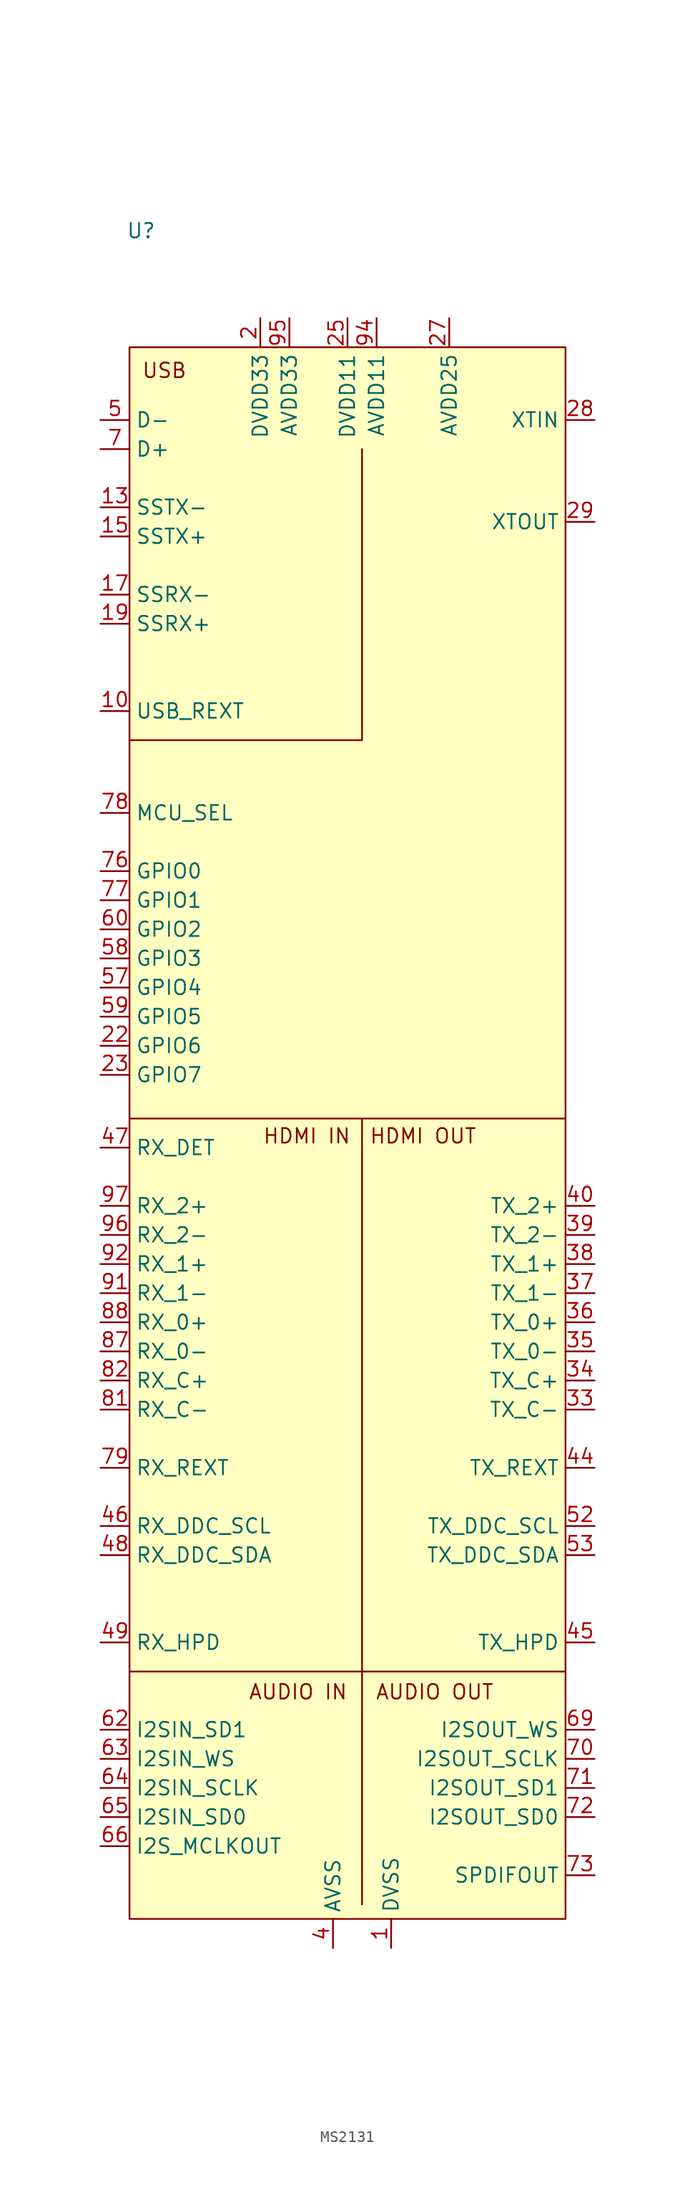
<source format=kicad_sym>
(kicad_symbol_lib
  (version 20241209)
  (generator "kicad_symbol_editor")
  (generator_version "9.0")
  (symbol "MS2131"
    (property "Reference" "U"
      (at 1.016 8.89 0)
      (effects (font (size 1.27 1.27))))
    (property "Value" ""
      (at 1.016 8.89 0)
      (effects (font (size 1.27 1.27))))
    (symbol "MS2131_0_1"
      (polyline (pts (xy 0 -68.58) (xy 20.32 -68.58) (xy 20.32 -116.84) (xy 0 -116.84)) (stroke (width 0) (type default)) (fill (type none)))
      (polyline (pts (xy 20.32 -68.58) (xy 38.1 -68.58)) (stroke (width 0) (type default)) (fill (type none)))
      (polyline (pts (xy 20.32 -116.84) (xy 38.1 -116.84)) (stroke (width 0) (type default)) (fill (type none))))
    (symbol "MS2131_1_1"
      (rectangle (start 0 -1.27) (end 38.1 -138.43) (stroke (width 0) (type default)) (fill (type background)))
      (polyline (pts (xy 0 -35.56) (xy 20.32 -35.56) (xy 20.32 -10.16)) (stroke (width 0) (type default)) (fill (type none)))
      (polyline (pts (xy 20.32 -116.84) (xy 20.32 -137.16)) (stroke (width 0) (type default)) (fill (type none)))
      (text "USB" (at 3.048 -3.302 0) (effects (font (size 1.27 1.27))))
      (text "AUDIO IN" (at 14.732 -118.618 0) (effects (font (size 1.27 1.27))))
      (text "HDMI IN" (at 15.494 -70.104 0) (effects (font (size 1.27 1.27))))
      (text "HDMI OUT" (at 25.654 -70.104 0) (effects (font (size 1.27 1.27))))
      (text "AUDIO OUT" (at 26.67 -118.618 0) (effects (font (size 1.27 1.27))))
      (pin bidirectional line (at -2.54 -7.62 0) (length 2.54) (name "D-" (effects (font (size 1.27 1.27)))) (number "5" (effects (font (size 1.27 1.27)))))
      (pin power_in line (at -2.54 -10.16 0) (length 2.54) (name "D+" (effects (font (size 1.27 1.27)))) (number "7" (effects (font (size 1.27 1.27)))))
      (pin power_in line (at -2.54 -15.24 0) (length 2.54) (name "SSTX-" (effects (font (size 1.27 1.27)))) (number "13" (effects (font (size 1.27 1.27)))))
      (pin power_in line (at -2.54 -17.78 0) (length 2.54) (name "SSTX+" (effects (font (size 1.27 1.27)))) (number "15" (effects (font (size 1.27 1.27)))))
      (pin power_in line (at -2.54 -22.86 0) (length 2.54) (name "SSRX-" (effects (font (size 1.27 1.27)))) (number "17" (effects (font (size 1.27 1.27)))))
      (pin power_in line (at -2.54 -25.4 0) (length 2.54) (name "SSRX+" (effects (font (size 1.27 1.27)))) (number "19" (effects (font (size 1.27 1.27)))))
      (pin power_in line (at -2.54 -33.02 0) (length 2.54) (name "USB_REXT" (effects (font (size 1.27 1.27)))) (number "10" (effects (font (size 1.27 1.27)))))
      (pin power_in line (at -2.54 -41.91 0) (length 2.54) (name "MCU_SEL" (effects (font (size 1.27 1.27)))) (number "78" (effects (font (size 1.27 1.27)))))
      (pin power_in line (at -2.54 -46.99 0) (length 2.54) (name "GPIO0" (effects (font (size 1.27 1.27)))) (number "76" (effects (font (size 1.27 1.27)))))
      (pin power_in line (at -2.54 -49.53 0) (length 2.54) (name "GPIO1" (effects (font (size 1.27 1.27)))) (number "77" (effects (font (size 1.27 1.27)))))
      (pin bidirectional line (at -2.54 -52.07 0) (length 2.54) (name "GPIO2" (effects (font (size 1.27 1.27)))) (number "60" (effects (font (size 1.27 1.27)))) (alternate "CS" bidirectional line) (alternate "URTX" bidirectional line))
      (pin bidirectional line (at -2.54 -54.61 0) (length 2.54) (name "GPIO3" (effects (font (size 1.27 1.27)))) (number "58" (effects (font (size 1.27 1.27)))) (alternate "SCLK" bidirectional line) (alternate "SDA" bidirectional line) (alternate "URRX" bidirectional line))
      (pin bidirectional line (at -2.54 -57.15 0) (length 2.54) (name "GPIO4" (effects (font (size 1.27 1.27)))) (number "57" (effects (font (size 1.27 1.27)))) (alternate "MOSI" bidirectional line) (alternate "SCL" bidirectional line))
      (pin bidirectional line (at -2.54 -59.69 0) (length 2.54) (name "GPIO5" (effects (font (size 1.27 1.27)))) (number "59" (effects (font (size 1.27 1.27)))) (alternate "MISO" bidirectional line))
      (pin power_in line (at -2.54 -62.23 0) (length 2.54) (name "GPIO6" (effects (font (size 1.27 1.27)))) (number "22" (effects (font (size 1.27 1.27)))))
      (pin power_in line (at -2.54 -64.77 0) (length 2.54) (name "GPIO7" (effects (font (size 1.27 1.27)))) (number "23" (effects (font (size 1.27 1.27)))))
      (pin bidirectional line (at -2.54 -71.12 0) (length 2.54) (name "RX_DET" (effects (font (size 1.27 1.27)))) (number "47" (effects (font (size 1.27 1.27)))))
      (pin power_in line (at -2.54 -76.2 0) (length 2.54) (name "RX_2+" (effects (font (size 1.27 1.27)))) (number "97" (effects (font (size 1.27 1.27)))))
      (pin power_in line (at -2.54 -78.74 0) (length 2.54) (name "RX_2-" (effects (font (size 1.27 1.27)))) (number "96" (effects (font (size 1.27 1.27)))))
      (pin power_in line (at -2.54 -81.28 0) (length 2.54) (name "RX_1+" (effects (font (size 1.27 1.27)))) (number "92" (effects (font (size 1.27 1.27)))))
      (pin power_in line (at -2.54 -83.82 0) (length 2.54) (name "RX_1-" (effects (font (size 1.27 1.27)))) (number "91" (effects (font (size 1.27 1.27)))))
      (pin power_in line (at -2.54 -86.36 0) (length 2.54) (name "RX_0+" (effects (font (size 1.27 1.27)))) (number "88" (effects (font (size 1.27 1.27)))))
      (pin power_in line (at -2.54 -88.9 0) (length 2.54) (name "RX_0-" (effects (font (size 1.27 1.27)))) (number "87" (effects (font (size 1.27 1.27)))))
      (pin power_in line (at -2.54 -91.44 0) (length 2.54) (name "RX_C+" (effects (font (size 1.27 1.27)))) (number "82" (effects (font (size 1.27 1.27)))))
      (pin power_in line (at -2.54 -93.98 0) (length 2.54) (name "RX_C-" (effects (font (size 1.27 1.27)))) (number "81" (effects (font (size 1.27 1.27)))))
      (pin power_in line (at -2.54 -99.06 0) (length 2.54) (name "RX_REXT" (effects (font (size 1.27 1.27)))) (number "79" (effects (font (size 1.27 1.27)))))
      (pin bidirectional line (at -2.54 -104.14 0) (length 2.54) (name "RX_DDC_SCL" (effects (font (size 1.27 1.27)))) (number "46" (effects (font (size 1.27 1.27)))))
      (pin bidirectional line (at -2.54 -106.68 0) (length 2.54) (name "RX_DDC_SDA" (effects (font (size 1.27 1.27)))) (number "48" (effects (font (size 1.27 1.27)))))
      (pin bidirectional line (at -2.54 -114.3 0) (length 2.54) (name "RX_HPD" (effects (font (size 1.27 1.27)))) (number "49" (effects (font (size 1.27 1.27)))))
      (pin power_in line (at -2.54 -121.92 0) (length 2.54) (name "I2SIN_SD1" (effects (font (size 1.27 1.27)))) (number "62" (effects (font (size 1.27 1.27)))))
      (pin power_in line (at -2.54 -124.46 0) (length 2.54) (name "I2SIN_WS" (effects (font (size 1.27 1.27)))) (number "63" (effects (font (size 1.27 1.27)))))
      (pin power_in line (at -2.54 -127 0) (length 2.54) (name "I2SIN_SCLK" (effects (font (size 1.27 1.27)))) (number "64" (effects (font (size 1.27 1.27)))))
      (pin power_in line (at -2.54 -129.54 0) (length 2.54) (name "I2SIN_SD0" (effects (font (size 1.27 1.27)))) (number "65" (effects (font (size 1.27 1.27)))))
      (pin power_in line (at -2.54 -132.08 0) (length 2.54) (name "I2S_MCLKOUT" (effects (font (size 1.27 1.27)))) (number "66" (effects (font (size 1.27 1.27)))))
      (pin power_in line (at 11.43 1.27 270) (length 2.54) (hide yes) (name "DVDD33" (effects (font (size 1.27 1.27)))) (number "100" (effects (font (size 1.27 1.27)))))
      (pin power_in line (at 11.43 1.27 270) (length 2.54) (name "DVDD33" (effects (font (size 1.27 1.27)))) (number "2" (effects (font (size 1.27 1.27)))))
      (pin power_in line (at 11.43 1.27 270) (length 2.54) (hide yes) (name "DVDD33" (effects (font (size 1.27 1.27)))) (number "20" (effects (font (size 1.27 1.27)))))
      (pin power_in line (at 11.43 1.27 270) (length 2.54) (hide yes) (name "DVDD33" (effects (font (size 1.27 1.27)))) (number "51" (effects (font (size 1.27 1.27)))))
      (pin power_in line (at 11.43 1.27 270) (length 2.54) (hide yes) (name "DVDD33" (effects (font (size 1.27 1.27)))) (number "55" (effects (font (size 1.27 1.27)))))
      (pin power_in line (at 11.43 1.27 270) (length 2.54) (hide yes) (name "DVDD33" (effects (font (size 1.27 1.27)))) (number "61" (effects (font (size 1.27 1.27)))))
      (pin power_in line (at 11.43 1.27 270) (length 2.54) (hide yes) (name "DVDD33" (effects (font (size 1.27 1.27)))) (number "74" (effects (font (size 1.27 1.27)))))
      (pin power_in line (at 13.97 1.27 270) (length 2.54) (hide yes) (name "AVDD33_USB3" (effects (font (size 1.27 1.27)))) (number "11" (effects (font (size 1.27 1.27)))))
      (pin power_in line (at 13.97 1.27 270) (length 2.54) (hide yes) (name "AVDD33_USB1" (effects (font (size 1.27 1.27)))) (number "3" (effects (font (size 1.27 1.27)))))
      (pin power_in line (at 13.97 1.27 270) (length 2.54) (hide yes) (name "AVDD33_USB2" (effects (font (size 1.27 1.27)))) (number "8" (effects (font (size 1.27 1.27)))))
      (pin power_in line (at 13.97 1.27 270) (length 2.54) (hide yes) (name "AVDD33" (effects (font (size 1.27 1.27)))) (number "80" (effects (font (size 1.27 1.27)))))
      (pin power_in line (at 13.97 1.27 270) (length 2.54) (hide yes) (name "AVDD33" (effects (font (size 1.27 1.27)))) (number "86" (effects (font (size 1.27 1.27)))))
      (pin power_in line (at 13.97 1.27 270) (length 2.54) (hide yes) (name "AVDD33" (effects (font (size 1.27 1.27)))) (number "90" (effects (font (size 1.27 1.27)))))
      (pin power_in line (at 13.97 1.27 270) (length 2.54) (name "AVDD33" (effects (font (size 1.27 1.27)))) (number "95" (effects (font (size 1.27 1.27)))))
      (pin power_in line (at 17.78 -140.97 90) (length 2.54) (hide yes) (name "AVSS" (effects (font (size 1.27 1.27)))) (number "12" (effects (font (size 1.27 1.27)))))
      (pin power_in line (at 17.78 -140.97 90) (length 2.54) (hide yes) (name "AVSS" (effects (font (size 1.27 1.27)))) (number "16" (effects (font (size 1.27 1.27)))))
      (pin power_in line (at 17.78 -140.97 90) (length 2.54) (hide yes) (name "AVSS" (effects (font (size 1.27 1.27)))) (number "26" (effects (font (size 1.27 1.27)))))
      (pin power_in line (at 17.78 -140.97 90) (length 2.54) (hide yes) (name "AVSS" (effects (font (size 1.27 1.27)))) (number "32" (effects (font (size 1.27 1.27)))))
      (pin power_in line (at 17.78 -140.97 90) (length 2.54) (name "AVSS" (effects (font (size 1.27 1.27)))) (number "4" (effects (font (size 1.27 1.27)))))
      (pin power_in line (at 17.78 -140.97 90) (length 2.54) (hide yes) (name "AVSS" (effects (font (size 1.27 1.27)))) (number "41" (effects (font (size 1.27 1.27)))))
      (pin power_in line (at 17.78 -140.97 90) (length 2.54) (hide yes) (name "AVSS" (effects (font (size 1.27 1.27)))) (number "6" (effects (font (size 1.27 1.27)))))
      (pin power_in line (at 17.78 -140.97 90) (length 2.54) (hide yes) (name "AVSS" (effects (font (size 1.27 1.27)))) (number "84" (effects (font (size 1.27 1.27)))))
      (pin power_in line (at 17.78 -140.97 90) (length 2.54) (hide yes) (name "AVSS" (effects (font (size 1.27 1.27)))) (number "93" (effects (font (size 1.27 1.27)))))
      (pin power_in line (at 17.78 -140.97 90) (length 2.54) (hide yes) (name "AVSS" (effects (font (size 1.27 1.27)))) (number "98" (effects (font (size 1.27 1.27)))))
      (pin power_in line (at 19.05 1.27 270) (length 2.54) (name "DVDD11" (effects (font (size 1.27 1.27)))) (number "25" (effects (font (size 1.27 1.27)))))
      (pin power_in line (at 19.05 1.27 270) (length 2.54) (hide yes) (name "DVDD11" (effects (font (size 1.27 1.27)))) (number "67" (effects (font (size 1.27 1.27)))))
      (pin power_in line (at 21.59 1.27 270) (length 2.54) (hide yes) (name "AVDD11_USB2" (effects (font (size 1.27 1.27)))) (number "14" (effects (font (size 1.27 1.27)))))
      (pin power_in line (at 21.59 1.27 270) (length 2.54) (hide yes) (name "AVDD11_USB3" (effects (font (size 1.27 1.27)))) (number "18" (effects (font (size 1.27 1.27)))))
      (pin power_in line (at 21.59 1.27 270) (length 2.54) (hide yes) (name "AVDD11" (effects (font (size 1.27 1.27)))) (number "31" (effects (font (size 1.27 1.27)))))
      (pin power_in line (at 21.59 1.27 270) (length 2.54) (hide yes) (name "AVDD11" (effects (font (size 1.27 1.27)))) (number "42" (effects (font (size 1.27 1.27)))))
      (pin power_in line (at 21.59 1.27 270) (length 2.54) (hide yes) (name "AVDD11" (effects (font (size 1.27 1.27)))) (number "85" (effects (font (size 1.27 1.27)))))
      (pin power_in line (at 21.59 1.27 270) (length 2.54) (hide yes) (name "AVDD11" (effects (font (size 1.27 1.27)))) (number "89" (effects (font (size 1.27 1.27)))))
      (pin power_in line (at 21.59 1.27 270) (length 2.54) (hide yes) (name "AVDD11_USB1" (effects (font (size 1.27 1.27)))) (number "9" (effects (font (size 1.27 1.27)))))
      (pin power_in line (at 21.59 1.27 270) (length 2.54) (name "AVDD11" (effects (font (size 1.27 1.27)))) (number "94" (effects (font (size 1.27 1.27)))))
      (pin power_in line (at 22.86 -140.97 90) (length 2.54) (name "DVSS" (effects (font (size 1.27 1.27)))) (number "1" (effects (font (size 1.27 1.27)))))
      (pin power_in line (at 22.86 -140.97 90) (length 2.54) (hide yes) (name "DVSS" (effects (font (size 1.27 1.27)))) (number "21" (effects (font (size 1.27 1.27)))))
      (pin power_in line (at 22.86 -140.97 90) (length 2.54) (hide yes) (name "DVSS" (effects (font (size 1.27 1.27)))) (number "24" (effects (font (size 1.27 1.27)))))
      (pin power_in line (at 22.86 -140.97 90) (length 2.54) (hide yes) (name "DVSS" (effects (font (size 1.27 1.27)))) (number "50" (effects (font (size 1.27 1.27)))))
      (pin power_in line (at 22.86 -140.97 90) (length 2.54) (hide yes) (name "DVSS" (effects (font (size 1.27 1.27)))) (number "54" (effects (font (size 1.27 1.27)))))
      (pin power_in line (at 22.86 -140.97 90) (length 2.54) (hide yes) (name "DVSS" (effects (font (size 1.27 1.27)))) (number "56" (effects (font (size 1.27 1.27)))))
      (pin power_in line (at 22.86 -140.97 90) (length 2.54) (hide yes) (name "DVSS" (effects (font (size 1.27 1.27)))) (number "68" (effects (font (size 1.27 1.27)))))
      (pin power_in line (at 22.86 -140.97 90) (length 2.54) (hide yes) (name "DVSS" (effects (font (size 1.27 1.27)))) (number "75" (effects (font (size 1.27 1.27)))))
      (pin power_in line (at 22.86 -140.97 90) (length 2.54) (hide yes) (name "DVSS" (effects (font (size 1.27 1.27)))) (number "99" (effects (font (size 1.27 1.27)))))
      (pin power_in line (at 27.94 1.27 270) (length 2.54) (name "AVDD25" (effects (font (size 1.27 1.27)))) (number "27" (effects (font (size 1.27 1.27)))))
      (pin power_in line (at 27.94 1.27 270) (length 2.54) (hide yes) (name "AVDD25" (effects (font (size 1.27 1.27)))) (number "30" (effects (font (size 1.27 1.27)))))
      (pin power_in line (at 27.94 1.27 270) (length 2.54) (hide yes) (name "AVDD25" (effects (font (size 1.27 1.27)))) (number "43" (effects (font (size 1.27 1.27)))))
      (pin power_in line (at 27.94 1.27 270) (length 2.54) (hide yes) (name "AVDD25" (effects (font (size 1.27 1.27)))) (number "83" (effects (font (size 1.27 1.27)))))
      (pin power_in line (at 40.64 -7.62 180) (length 2.54) (name "XTIN" (effects (font (size 1.27 1.27)))) (number "28" (effects (font (size 1.27 1.27)))))
      (pin power_in line (at 40.64 -16.51 180) (length 2.54) (name "XTOUT" (effects (font (size 1.27 1.27)))) (number "29" (effects (font (size 1.27 1.27)))))
      (pin output line (at 40.64 -76.2 180) (length 2.54) (name "TX_2+" (effects (font (size 1.27 1.27)))) (number "40" (effects (font (size 1.27 1.27)))))
      (pin output line (at 40.64 -78.74 180) (length 2.54) (name "TX_2-" (effects (font (size 1.27 1.27)))) (number "39" (effects (font (size 1.27 1.27)))))
      (pin output line (at 40.64 -81.28 180) (length 2.54) (name "TX_1+" (effects (font (size 1.27 1.27)))) (number "38" (effects (font (size 1.27 1.27)))))
      (pin output line (at 40.64 -83.82 180) (length 2.54) (name "TX_1-" (effects (font (size 1.27 1.27)))) (number "37" (effects (font (size 1.27 1.27)))))
      (pin output line (at 40.64 -86.36 180) (length 2.54) (name "TX_0+" (effects (font (size 1.27 1.27)))) (number "36" (effects (font (size 1.27 1.27)))))
      (pin output line (at 40.64 -88.9 180) (length 2.54) (name "TX_0-" (effects (font (size 1.27 1.27)))) (number "35" (effects (font (size 1.27 1.27)))))
      (pin output line (at 40.64 -91.44 180) (length 2.54) (name "TX_C+" (effects (font (size 1.27 1.27)))) (number "34" (effects (font (size 1.27 1.27)))))
      (pin output line (at 40.64 -93.98 180) (length 2.54) (name "TX_C-" (effects (font (size 1.27 1.27)))) (number "33" (effects (font (size 1.27 1.27)))))
      (pin power_in line (at 40.64 -99.06 180) (length 2.54) (name "TX_REXT" (effects (font (size 1.27 1.27)))) (number "44" (effects (font (size 1.27 1.27)))))
      (pin power_in line (at 40.64 -104.14 180) (length 2.54) (name "TX_DDC_SCL" (effects (font (size 1.27 1.27)))) (number "52" (effects (font (size 1.27 1.27)))))
      (pin power_in line (at 40.64 -106.68 180) (length 2.54) (name "TX_DDC_SDA" (effects (font (size 1.27 1.27)))) (number "53" (effects (font (size 1.27 1.27)))))
      (pin power_in line (at 40.64 -114.3 180) (length 2.54) (name "TX_HPD" (effects (font (size 1.27 1.27)))) (number "45" (effects (font (size 1.27 1.27)))))
      (pin power_in line (at 40.64 -121.92 180) (length 2.54) (name "I2SOUT_WS" (effects (font (size 1.27 1.27)))) (number "69" (effects (font (size 1.27 1.27)))))
      (pin power_in line (at 40.64 -124.46 180) (length 2.54) (name "I2SOUT_SCLK" (effects (font (size 1.27 1.27)))) (number "70" (effects (font (size 1.27 1.27)))))
      (pin power_in line (at 40.64 -127 180) (length 2.54) (name "I2SOUT_SD1" (effects (font (size 1.27 1.27)))) (number "71" (effects (font (size 1.27 1.27)))))
      (pin power_in line (at 40.64 -129.54 180) (length 2.54) (name "I2SOUT_SD0" (effects (font (size 1.27 1.27)))) (number "72" (effects (font (size 1.27 1.27)))))
      (pin power_in line (at 40.64 -134.62 180) (length 2.54) (name "SPDIFOUT" (effects (font (size 1.27 1.27)))) (number "73" (effects (font (size 1.27 1.27))))))))
</source>
